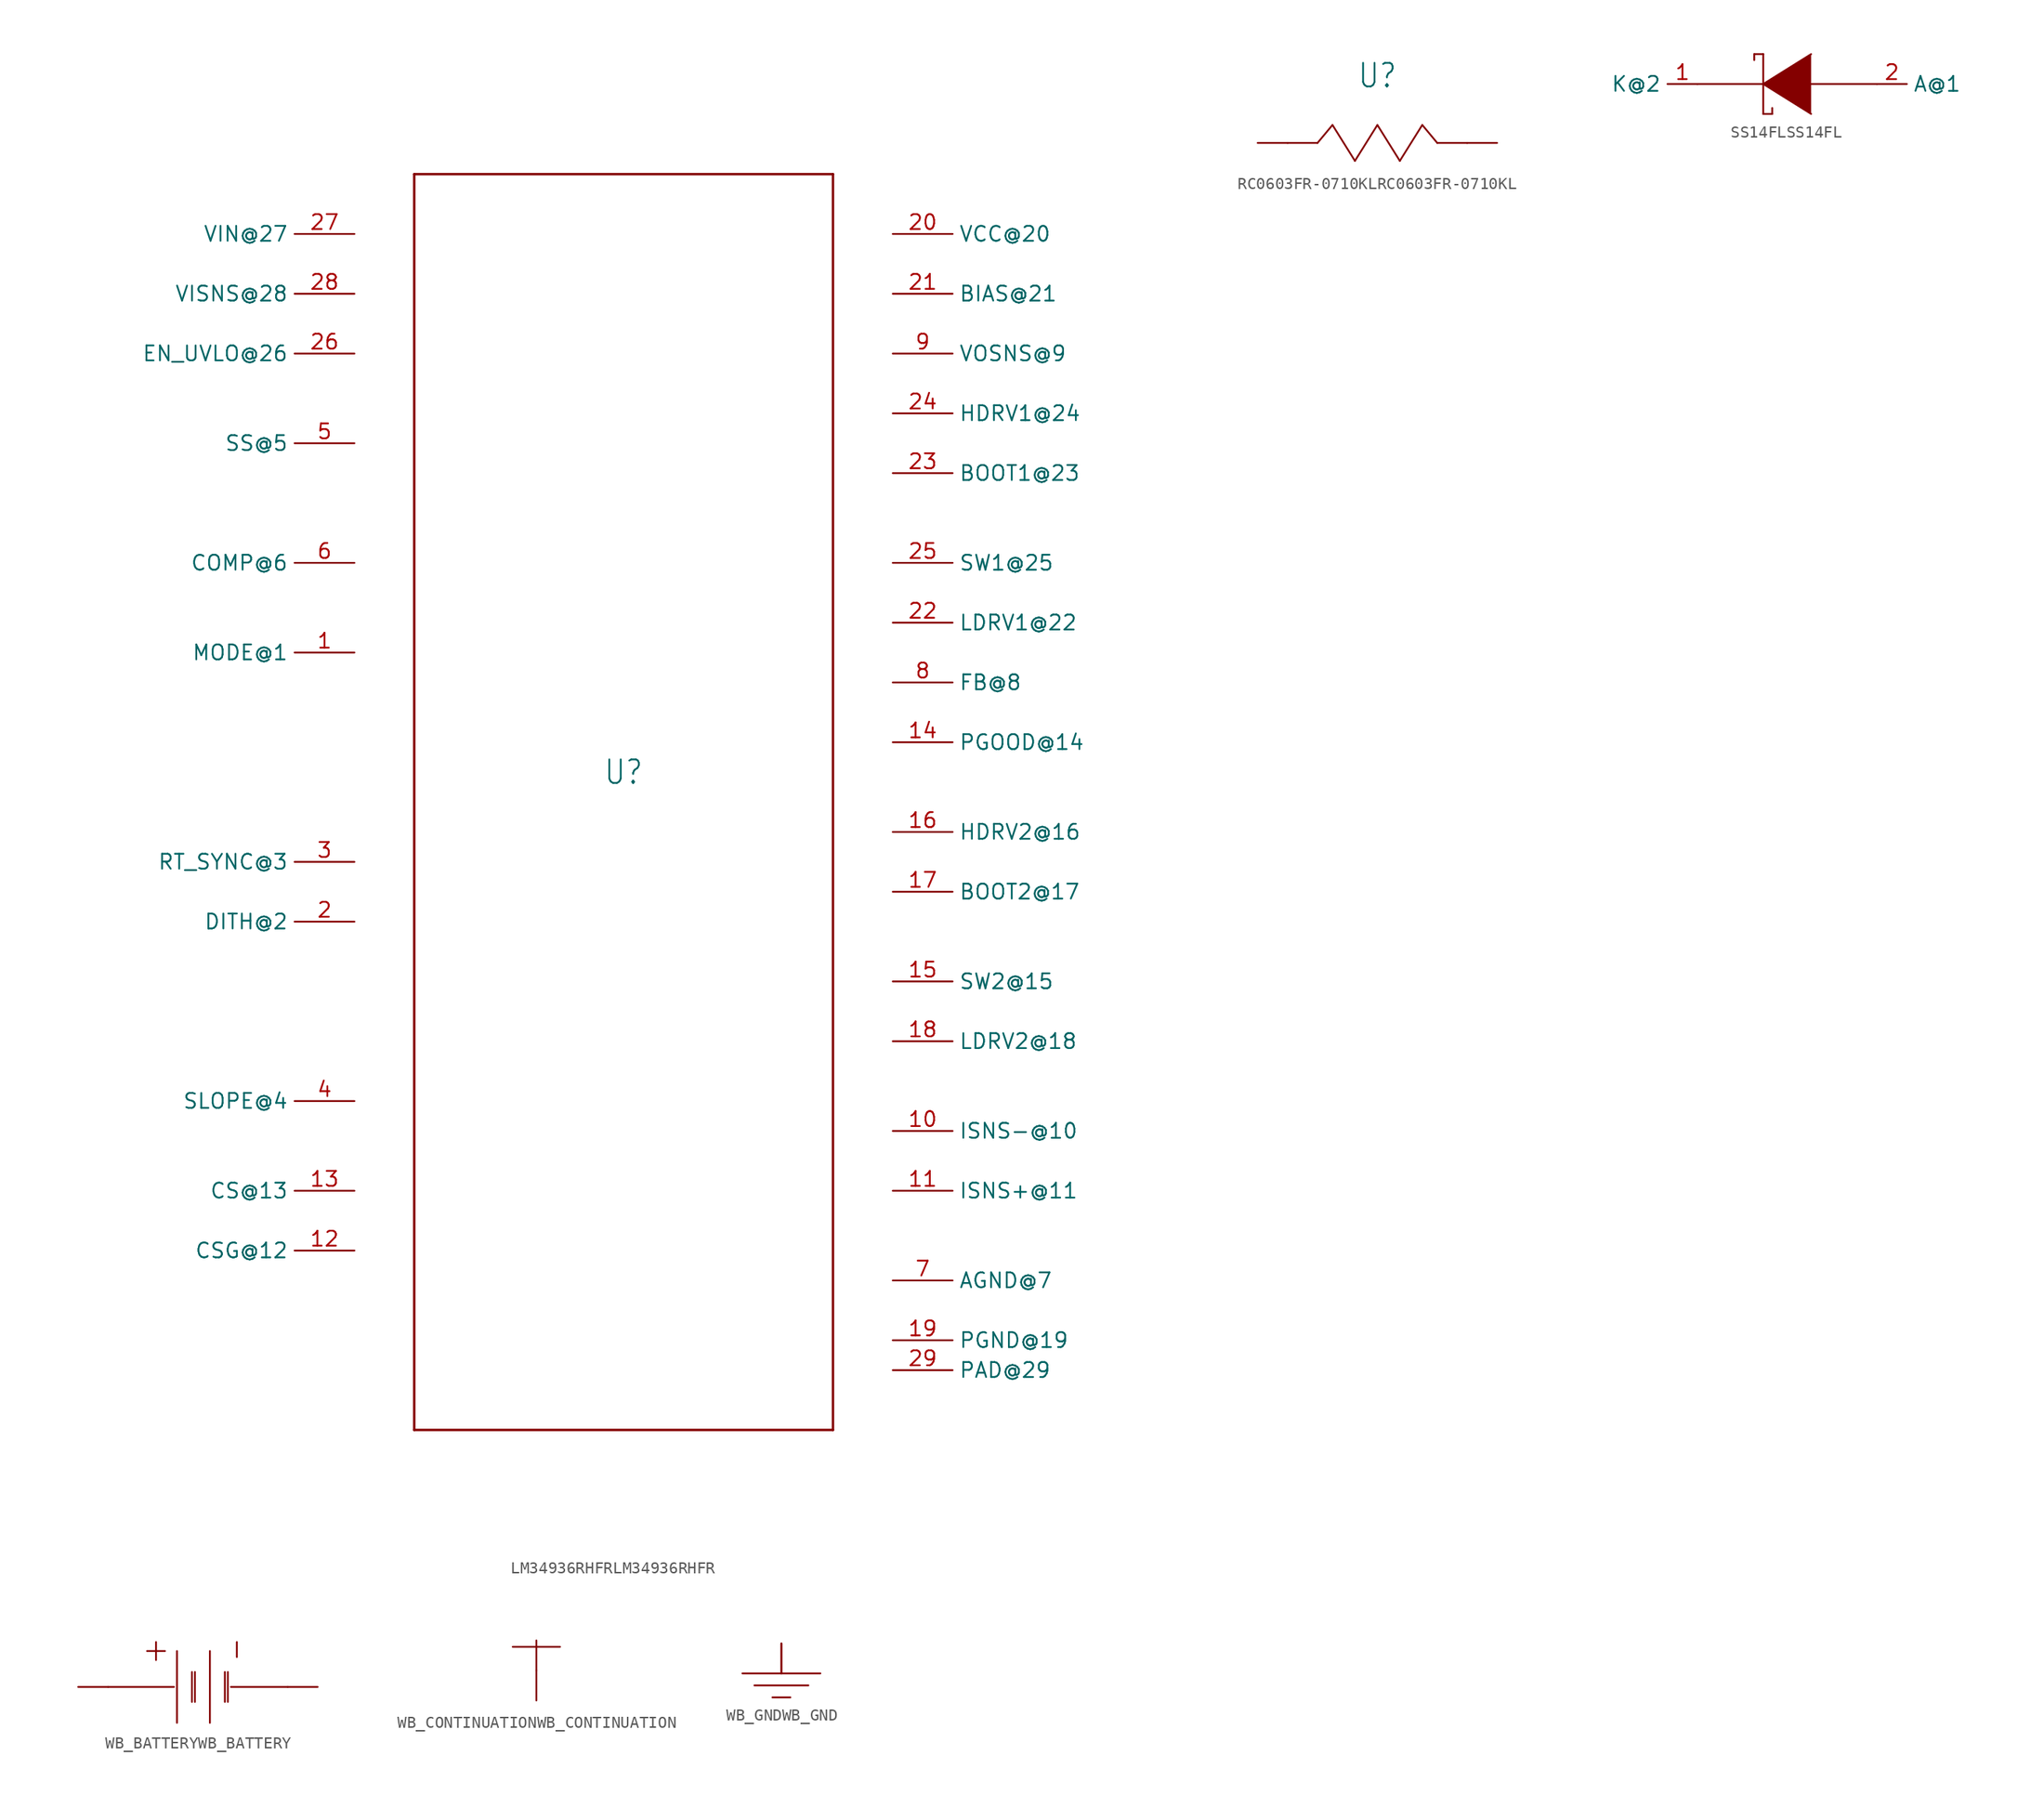
<source format=kicad_sym>
(kicad_symbol_lib
  (version 20220914)
  (generator kicad_symbol_editor)
  (symbol "LM34936RHFRLM34936RHFR"
    (property "Reference" "U"
      (at 0 2.54 0)
      (effects (font (size 2 1.7))))
    (property "Value" ""
      (at 0 0 0)
      (effects (font (size 2 1.7))))
    (property "ki_locked" ""
      (at 0 0 0)
      (effects (font (size 1.27 1.27))))
    (symbol "LM34936RHFRLM34936RHFR_1_0"
      (polyline (pts (xy -17.78 -53.34) (xy 17.78 -53.34)) (stroke (width 0.203) (type solid)) (fill (type none)))
      (polyline (pts (xy -17.78 53.34) (xy -17.78 -53.34)) (stroke (width 0.203) (type solid)) (fill (type none)))
      (polyline (pts (xy 17.78 -53.34) (xy 17.78 53.34)) (stroke (width 0.203) (type solid)) (fill (type none)))
      (polyline (pts (xy 17.78 53.34) (xy -17.78 53.34)) (stroke (width 0.203) (type solid)) (fill (type none)))
      (pin input line (at -22.86 12.7 180) (length 5.08) (name "MODE@1" (effects (font (size 1.27 1.27)))) (number "1" (effects (font (size 1.27 1.27)))))
      (pin input line (at 22.86 -27.94 0) (length 5.08) (name "ISNS-@10" (effects (font (size 1.27 1.27)))) (number "10" (effects (font (size 1.27 1.27)))))
      (pin input line (at 22.86 -33.02 0) (length 5.08) (name "ISNS+@11" (effects (font (size 1.27 1.27)))) (number "11" (effects (font (size 1.27 1.27)))))
      (pin input line (at -22.86 -38.1 180) (length 5.08) (name "CSG@12" (effects (font (size 1.27 1.27)))) (number "12" (effects (font (size 1.27 1.27)))))
      (pin input line (at -22.86 -33.02 180) (length 5.08) (name "CS@13" (effects (font (size 1.27 1.27)))) (number "13" (effects (font (size 1.27 1.27)))))
      (pin open_collector line (at 22.86 5.08 0) (length 5.08) (name "PGOOD@14" (effects (font (size 1.27 1.27)))) (number "14" (effects (font (size 1.27 1.27)))))
      (pin power_in line (at 22.86 -15.24 0) (length 5.08) (name "SW2@15" (effects (font (size 1.27 1.27)))) (number "15" (effects (font (size 1.27 1.27)))))
      (pin output line (at 22.86 -2.54 0) (length 5.08) (name "HDRV2@16" (effects (font (size 1.27 1.27)))) (number "16" (effects (font (size 1.27 1.27)))))
      (pin power_in line (at 22.86 -7.62 0) (length 5.08) (name "BOOT2@17" (effects (font (size 1.27 1.27)))) (number "17" (effects (font (size 1.27 1.27)))))
      (pin output line (at 22.86 -20.32 0) (length 5.08) (name "LDRV2@18" (effects (font (size 1.27 1.27)))) (number "18" (effects (font (size 1.27 1.27)))))
      (pin power_in line (at 22.86 -45.72 0) (length 5.08) (name "PGND@19" (effects (font (size 1.27 1.27)))) (number "19" (effects (font (size 1.27 1.27)))))
      (pin passive line (at -22.86 -10.16 180) (length 5.08) (name "DITH@2" (effects (font (size 1.27 1.27)))) (number "2" (effects (font (size 1.27 1.27)))))
      (pin power_in line (at 22.86 48.26 0) (length 5.08) (name "VCC@20" (effects (font (size 1.27 1.27)))) (number "20" (effects (font (size 1.27 1.27)))))
      (pin power_in line (at 22.86 43.18 0) (length 5.08) (name "BIAS@21" (effects (font (size 1.27 1.27)))) (number "21" (effects (font (size 1.27 1.27)))))
      (pin output line (at 22.86 15.24 0) (length 5.08) (name "LDRV1@22" (effects (font (size 1.27 1.27)))) (number "22" (effects (font (size 1.27 1.27)))))
      (pin power_in line (at 22.86 27.94 0) (length 5.08) (name "BOOT1@23" (effects (font (size 1.27 1.27)))) (number "23" (effects (font (size 1.27 1.27)))))
      (pin output line (at 22.86 33.02 0) (length 5.08) (name "HDRV1@24" (effects (font (size 1.27 1.27)))) (number "24" (effects (font (size 1.27 1.27)))))
      (pin power_in line (at 22.86 20.32 0) (length 5.08) (name "SW1@25" (effects (font (size 1.27 1.27)))) (number "25" (effects (font (size 1.27 1.27)))))
      (pin input line (at -22.86 38.1 180) (length 5.08) (name "EN_UVLO@26" (effects (font (size 1.27 1.27)))) (number "26" (effects (font (size 1.27 1.27)))))
      (pin power_in line (at -22.86 48.26 180) (length 5.08) (name "VIN@27" (effects (font (size 1.27 1.27)))) (number "27" (effects (font (size 1.27 1.27)))))
      (pin input line (at -22.86 43.18 180) (length 5.08) (name "VISNS@28" (effects (font (size 1.27 1.27)))) (number "28" (effects (font (size 1.27 1.27)))))
      (pin power_in line (at 22.86 -48.26 0) (length 5.08) (name "PAD@29" (effects (font (size 1.27 1.27)))) (number "29" (effects (font (size 1.27 1.27)))))
      (pin input line (at -22.86 -5.08 180) (length 5.08) (name "RT_SYNC@3" (effects (font (size 1.27 1.27)))) (number "3" (effects (font (size 1.27 1.27)))))
      (pin input line (at -22.86 -25.4 180) (length 5.08) (name "SLOPE@4" (effects (font (size 1.27 1.27)))) (number "4" (effects (font (size 1.27 1.27)))))
      (pin input line (at -22.86 30.48 180) (length 5.08) (name "SS@5" (effects (font (size 1.27 1.27)))) (number "5" (effects (font (size 1.27 1.27)))))
      (pin passive line (at -22.86 20.32 180) (length 5.08) (name "COMP@6" (effects (font (size 1.27 1.27)))) (number "6" (effects (font (size 1.27 1.27)))))
      (pin power_in line (at 22.86 -40.64 0) (length 5.08) (name "AGND@7" (effects (font (size 1.27 1.27)))) (number "7" (effects (font (size 1.27 1.27)))))
      (pin input line (at 22.86 10.16 0) (length 5.08) (name "FB@8" (effects (font (size 1.27 1.27)))) (number "8" (effects (font (size 1.27 1.27)))))
      (pin input line (at 22.86 38.1 0) (length 5.08) (name "VOSNS@9" (effects (font (size 1.27 1.27)))) (number "9" (effects (font (size 1.27 1.27)))))))
  (symbol "RC0603FR-0710KLRC0603FR-0710KL"
    (property "Reference" "U"
      (at 0 5.715 0)
      (effects (font (size 2 1.7))))
    (property "Value" ""
      (at 0 3.175 0)
      (effects (font (size 2 1.7))))
    (property "ki_locked" ""
      (at 0 0 0)
      (effects (font (size 1.27 1.27))))
    (symbol "RC0603FR-0710KLRC0603FR-0710KL_1_0"
      (polyline (pts (xy -5.08 0) (xy -7.62 0)) (stroke (width 0.152) (type solid)) (fill (type none)))
      (polyline (pts (xy -3.81 1.524) (xy -5.08 0)) (stroke (width 0.152) (type solid)) (fill (type none)))
      (polyline (pts (xy -1.905 -1.524) (xy -3.81 1.524)) (stroke (width 0.152) (type solid)) (fill (type none)))
      (polyline (pts (xy 0 1.524) (xy -1.905 -1.524)) (stroke (width 0.152) (type solid)) (fill (type none)))
      (polyline (pts (xy 1.905 -1.524) (xy 0 1.524)) (stroke (width 0.152) (type solid)) (fill (type none)))
      (polyline (pts (xy 3.81 1.524) (xy 1.905 -1.524)) (stroke (width 0.152) (type solid)) (fill (type none)))
      (polyline (pts (xy 5.08 0) (xy 3.81 1.524)) (stroke (width 0.152) (type solid)) (fill (type none)))
      (polyline (pts (xy 7.62 0) (xy 5.08 0)) (stroke (width 0.152) (type solid)) (fill (type none)))
      (pin passive line (at 7.62 0 0) (length 2.54) (name "1@2" (effects (font (size 0 0)))) (number "1" (effects (font (size 0 0)))))
      (pin passive line (at -7.62 0 180) (length 2.54) (name "2@1" (effects (font (size 0 0)))) (number "2" (effects (font (size 0 0)))))))
  (symbol "SS14FLSS14FL"
    (property "Reference" ""
      (at 0 0 0)
      (effects (font (size 2 1.7)) hide))
    (property "Value" ""
      (at 0 0 0)
      (effects (font (size 2 1.7))))
    (property "ki_locked" ""
      (at 0 0 0)
      (effects (font (size 1.27 1.27))))
    (symbol "SS14FLSS14FL_1_0"
      (polyline (pts (xy -7.62 0) (xy 7.62 0)) (stroke (width 0.152) (type solid)) (fill (type none)))
      (polyline (pts (xy -2.794 2.032) (xy -2.794 2.54)) (stroke (width 0.152) (type solid)) (fill (type none)))
      (polyline (pts (xy -2.794 2.54) (xy -2.032 2.54)) (stroke (width 0.152) (type solid)) (fill (type none)))
      (polyline (pts (xy -2.032 -2.54) (xy -1.27 -2.54)) (stroke (width 0.152) (type solid)) (fill (type none)))
      (polyline (pts (xy -2.032 2.54) (xy -2.032 -2.54)) (stroke (width 0.152) (type solid)) (fill (type none)))
      (polyline (pts (xy -1.27 -2.54) (xy -1.27 -2.032)) (stroke (width 0.152) (type solid)) (fill (type none)))
      (polyline (pts (xy 2.032 2.54) (xy -2.032 0) (xy 2.032 -2.54)) (stroke (width 0.152) (type solid)) (fill (type outline)))
      (pin passive line (at -7.62 0 180) (length 2.54) (name "K@2" (effects (font (size 1.27 1.27)))) (number "1" (effects (font (size 1.27 1.27)))))
      (pin passive line (at 7.62 0 0) (length 2.54) (name "A@1" (effects (font (size 1.27 1.27)))) (number "2" (effects (font (size 1.27 1.27)))))))
  (symbol "WB_BATTERYWB_BATTERY"
    (property "Reference" ""
      (at 0 5.08 0)
      (effects (font (size 2 1.7)) hide))
    (property "ki_locked" ""
      (at 0 0 0)
      (effects (font (size 1.27 1.27))))
    (symbol "WB_BATTERYWB_BATTERY_1_0"
      (polyline (pts (xy -3.556 2.286) (xy -3.556 3.81)) (stroke (width 0.152) (type solid)) (fill (type none)))
      (polyline (pts (xy -2.794 3.048) (xy -4.318 3.048)) (stroke (width 0.152) (type solid)) (fill (type none)))
      (polyline (pts (xy -2.032 0) (xy -7.62 0)) (stroke (width 0.152) (type solid)) (fill (type none)))
      (polyline (pts (xy -1.778 -3.048) (xy -1.778 3.048)) (stroke (width 0.152) (type solid)) (fill (type none)))
      (polyline (pts (xy -0.508 -1.27) (xy -0.508 1.27)) (stroke (width 0.152) (type solid)) (fill (type none)))
      (polyline (pts (xy -0.254 -1.27) (xy -0.254 1.27)) (stroke (width 0.152) (type solid)) (fill (type none)))
      (polyline (pts (xy 1.016 -3.048) (xy 1.016 3.048)) (stroke (width 0.152) (type solid)) (fill (type none)))
      (polyline (pts (xy 2.286 -1.27) (xy 2.286 1.27)) (stroke (width 0.152) (type solid)) (fill (type none)))
      (polyline (pts (xy 2.54 -1.27) (xy 2.54 1.27)) (stroke (width 0.152) (type solid)) (fill (type none)))
      (polyline (pts (xy 3.302 2.54) (xy 3.302 3.81)) (stroke (width 0.152) (type solid)) (fill (type none)))
      (polyline (pts (xy 7.62 0) (xy 2.794 0)) (stroke (width 0.152) (type solid)) (fill (type none)))
      (pin passive line (at -7.62 0 180) (length 2.54) (name "+@1" (effects (font (size 0 0)))) (number "1" (effects (font (size 0 0)))))
      (pin passive line (at 7.62 0 0) (length 2.54) (name "-@2" (effects (font (size 0 0)))) (number "2" (effects (font (size 0 0)))))))
  (symbol "WB_CONTINUATIONWB_CONTINUATION"
    (property "Reference" ""
      (at 0 0 0)
      (effects (font (size 1.27 1.27)) hide))
    (property "ki_locked" ""
      (at 0 0 0)
      (effects (font (size 1.27 1.27))))
    (symbol "WB_CONTINUATIONWB_CONTINUATION_1_0"
      (polyline (pts (xy -2 2) (xy 2 2)) (stroke (width 0.152) (type solid)) (fill (type none)))
      (polyline (pts (xy 0 2.54) (xy 0 0)) (stroke (width 0.152) (type solid)) (fill (type none)))
      (pin passive line (at 0 -2.54 90) (length 2.54) (name "Node@1" (effects (font (size 0 0)))) (number "1" (effects (font (size 0 0)))))))
  (symbol "WB_GNDWB_GND"
    (property "Reference" ""
      (at 0 0 0)
      (effects (font (size 1.27 1.27)) hide))
    (property "ki_locked" ""
      (at 0 0 0)
      (effects (font (size 1.27 1.27))))
    (symbol "WB_GNDWB_GND_1_0"
      (polyline (pts (xy -3.302 0) (xy 3.302 0)) (stroke (width 0.152) (type solid)) (fill (type none)))
      (polyline (pts (xy -2.286 -1.016) (xy 2.286 -1.016)) (stroke (width 0.152) (type solid)) (fill (type none)))
      (polyline (pts (xy -0.762 -2.032) (xy 0.762 -2.032)) (stroke (width 0.152) (type solid)) (fill (type none)))
      (polyline (pts (xy 0 2.54) (xy 0 0)) (stroke (width 0.152) (type solid)) (fill (type none)))
      (pin passive line (at 0 2.54 270) (length 2.54) (name "1@1" (effects (font (size 0 0)))) (number "1" (effects (font (size 0 0))))))))
</source>
